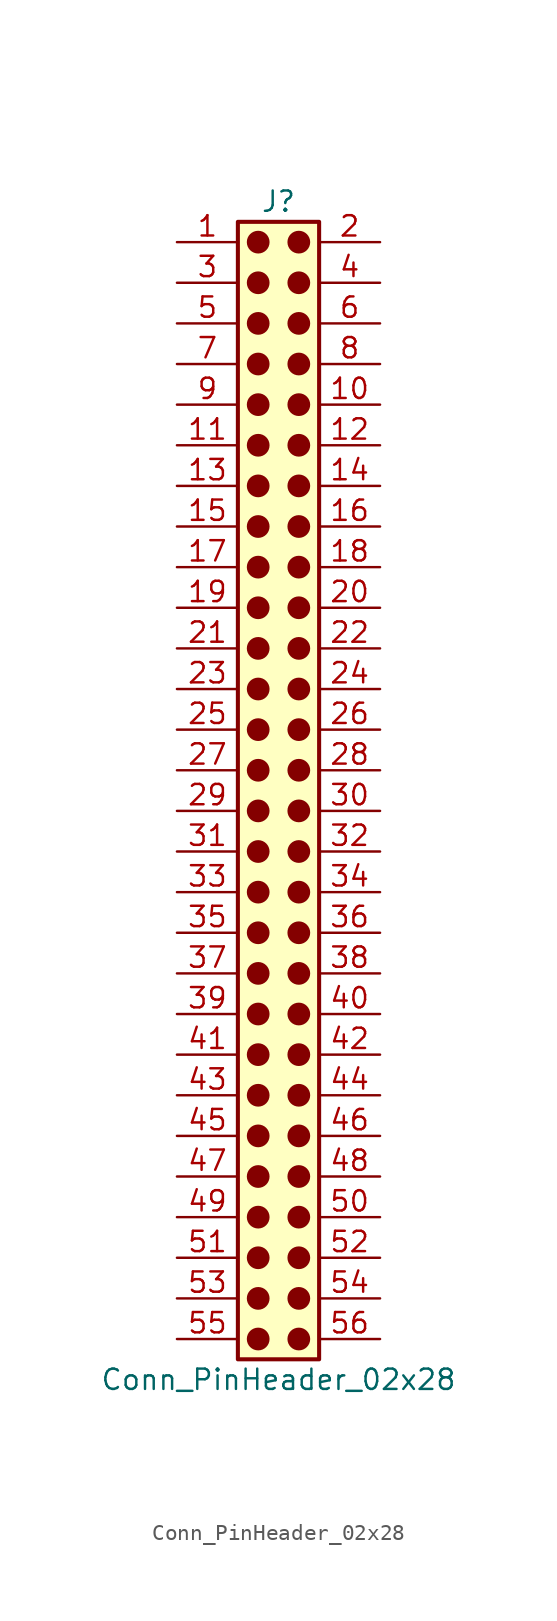
<source format=kicad_sym>
(kicad_symbol_lib
  (version 20241209)
  (generator "kicad_symbol_editor")
  (generator_version "9.0")
  (symbol "Conn_PinHeader_02x28"
    (pin_names
      (offset 1.016)
      (hide yes))
    (property "Reference" "J"
      (at 1.27 35.56 0)
      (effects (font (size 1.27 1.27))))
    (property "Value" "Conn_PinHeader_02x28"
      (at 1.27 -38.1 0)
      (effects (font (size 1.27 1.27))))
    (symbol "Conn_PinHeader_02x28_1_1"
      (rectangle (start -1.27 34.29) (end 3.81 -36.83) (stroke (width 0.254) (type default)) (fill (type background)))
      (circle (center 0 33.02) (radius 0.635) (stroke (width 0) (type solid) (color 132 0 0 1)) (fill (type outline)))
      (circle (center 0 30.48) (radius 0.635) (stroke (width 0) (type solid) (color 132 0 0 1)) (fill (type outline)))
      (circle (center 0 27.94) (radius 0.635) (stroke (width 0) (type solid) (color 132 0 0 1)) (fill (type outline)))
      (circle (center 0 25.4) (radius 0.635) (stroke (width 0) (type solid) (color 132 0 0 1)) (fill (type outline)))
      (circle (center 0 22.86) (radius 0.635) (stroke (width 0) (type solid) (color 132 0 0 1)) (fill (type outline)))
      (circle (center 0 20.32) (radius 0.635) (stroke (width 0) (type solid) (color 132 0 0 1)) (fill (type outline)))
      (circle (center 0 17.78) (radius 0.635) (stroke (width 0) (type solid) (color 132 0 0 1)) (fill (type outline)))
      (circle (center 0 15.24) (radius 0.635) (stroke (width 0) (type solid) (color 132 0 0 1)) (fill (type outline)))
      (circle (center 0 12.7) (radius 0.635) (stroke (width 0) (type solid) (color 132 0 0 1)) (fill (type outline)))
      (circle (center 0 10.16) (radius 0.635) (stroke (width 0) (type solid) (color 132 0 0 1)) (fill (type outline)))
      (circle (center 0 7.62) (radius 0.635) (stroke (width 0) (type solid) (color 132 0 0 1)) (fill (type outline)))
      (circle (center 0 5.08) (radius 0.635) (stroke (width 0) (type solid) (color 132 0 0 1)) (fill (type outline)))
      (circle (center 0 2.54) (radius 0.635) (stroke (width 0) (type solid) (color 132 0 0 1)) (fill (type outline)))
      (circle (center 0 0) (radius 0.635) (stroke (width 0) (type solid) (color 132 0 0 1)) (fill (type outline)))
      (circle (center 0 -2.54) (radius 0.635) (stroke (width 0) (type solid) (color 132 0 0 1)) (fill (type outline)))
      (circle (center 0 -5.08) (radius 0.635) (stroke (width 0) (type solid) (color 132 0 0 1)) (fill (type outline)))
      (circle (center 0 -7.62) (radius 0.635) (stroke (width 0) (type solid) (color 132 0 0 1)) (fill (type outline)))
      (circle (center 0 -10.16) (radius 0.635) (stroke (width 0) (type solid) (color 132 0 0 1)) (fill (type outline)))
      (circle (center 0 -12.7) (radius 0.635) (stroke (width 0) (type solid) (color 132 0 0 1)) (fill (type outline)))
      (circle (center 0 -15.24) (radius 0.635) (stroke (width 0) (type solid) (color 132 0 0 1)) (fill (type outline)))
      (circle (center 0 -17.78) (radius 0.635) (stroke (width 0) (type solid) (color 132 0 0 1)) (fill (type outline)))
      (circle (center 0 -20.32) (radius 0.635) (stroke (width 0) (type solid) (color 132 0 0 1)) (fill (type outline)))
      (circle (center 0 -22.86) (radius 0.635) (stroke (width 0) (type solid) (color 132 0 0 1)) (fill (type outline)))
      (circle (center 0 -25.4) (radius 0.635) (stroke (width 0) (type solid) (color 132 0 0 1)) (fill (type outline)))
      (circle (center 0 -27.94) (radius 0.635) (stroke (width 0) (type solid) (color 132 0 0 1)) (fill (type outline)))
      (circle (center 0 -30.48) (radius 0.635) (stroke (width 0) (type solid) (color 132 0 0 1)) (fill (type outline)))
      (circle (center 0 -33.02) (radius 0.635) (stroke (width 0) (type solid) (color 132 0 0 1)) (fill (type outline)))
      (circle (center 0 -35.56) (radius 0.635) (stroke (width 0) (type solid) (color 132 0 0 1)) (fill (type outline)))
      (circle (center 2.54 33.02) (radius 0.635) (stroke (width 0) (type solid) (color 132 0 0 1)) (fill (type outline)))
      (circle (center 2.54 30.48) (radius 0.635) (stroke (width 0) (type solid) (color 132 0 0 1)) (fill (type outline)))
      (circle (center 2.54 27.94) (radius 0.635) (stroke (width 0) (type solid) (color 132 0 0 1)) (fill (type outline)))
      (circle (center 2.54 25.4) (radius 0.635) (stroke (width 0) (type solid) (color 132 0 0 1)) (fill (type outline)))
      (circle (center 2.54 22.86) (radius 0.635) (stroke (width 0) (type solid) (color 132 0 0 1)) (fill (type outline)))
      (circle (center 2.54 20.32) (radius 0.635) (stroke (width 0) (type solid) (color 132 0 0 1)) (fill (type outline)))
      (circle (center 2.54 17.78) (radius 0.635) (stroke (width 0) (type solid) (color 132 0 0 1)) (fill (type outline)))
      (circle (center 2.54 15.24) (radius 0.635) (stroke (width 0) (type solid) (color 132 0 0 1)) (fill (type outline)))
      (circle (center 2.54 12.7) (radius 0.635) (stroke (width 0) (type solid) (color 132 0 0 1)) (fill (type outline)))
      (circle (center 2.54 10.16) (radius 0.635) (stroke (width 0) (type solid) (color 132 0 0 1)) (fill (type outline)))
      (circle (center 2.54 7.62) (radius 0.635) (stroke (width 0) (type solid) (color 132 0 0 1)) (fill (type outline)))
      (circle (center 2.54 5.08) (radius 0.635) (stroke (width 0) (type solid) (color 132 0 0 1)) (fill (type outline)))
      (circle (center 2.54 2.54) (radius 0.635) (stroke (width 0) (type solid) (color 132 0 0 1)) (fill (type outline)))
      (circle (center 2.54 0) (radius 0.635) (stroke (width 0) (type solid) (color 132 0 0 1)) (fill (type outline)))
      (circle (center 2.54 -2.54) (radius 0.635) (stroke (width 0) (type solid) (color 132 0 0 1)) (fill (type outline)))
      (circle (center 2.54 -5.08) (radius 0.635) (stroke (width 0) (type solid) (color 132 0 0 1)) (fill (type outline)))
      (circle (center 2.54 -7.62) (radius 0.635) (stroke (width 0) (type solid) (color 132 0 0 1)) (fill (type outline)))
      (circle (center 2.54 -10.16) (radius 0.635) (stroke (width 0) (type solid) (color 132 0 0 1)) (fill (type outline)))
      (circle (center 2.54 -12.7) (radius 0.635) (stroke (width 0) (type solid) (color 132 0 0 1)) (fill (type outline)))
      (circle (center 2.54 -15.24) (radius 0.635) (stroke (width 0) (type solid) (color 132 0 0 1)) (fill (type outline)))
      (circle (center 2.54 -17.78) (radius 0.635) (stroke (width 0) (type solid) (color 132 0 0 1)) (fill (type outline)))
      (circle (center 2.54 -20.32) (radius 0.635) (stroke (width 0) (type solid) (color 132 0 0 1)) (fill (type outline)))
      (circle (center 2.54 -22.86) (radius 0.635) (stroke (width 0) (type solid) (color 132 0 0 1)) (fill (type outline)))
      (circle (center 2.54 -25.4) (radius 0.635) (stroke (width 0) (type solid) (color 132 0 0 1)) (fill (type outline)))
      (circle (center 2.54 -27.94) (radius 0.635) (stroke (width 0) (type solid) (color 132 0 0 1)) (fill (type outline)))
      (circle (center 2.54 -30.48) (radius 0.635) (stroke (width 0) (type solid) (color 132 0 0 1)) (fill (type outline)))
      (circle (center 2.54 -33.02) (radius 0.635) (stroke (width 0) (type solid) (color 132 0 0 1)) (fill (type outline)))
      (circle (center 2.54 -35.56) (radius 0.635) (stroke (width 0) (type solid) (color 132 0 0 1)) (fill (type outline)))
      (pin passive line (at -5.08 33.02 0) (length 3.81) (name "Pin_1" (effects (font (size 1.27 1.27)))) (number "1" (effects (font (size 1.27 1.27)))))
      (pin passive line (at -5.08 30.48 0) (length 3.81) (name "Pin_3" (effects (font (size 1.27 1.27)))) (number "3" (effects (font (size 1.27 1.27)))))
      (pin passive line (at -5.08 27.94 0) (length 3.81) (name "Pin_5" (effects (font (size 1.27 1.27)))) (number "5" (effects (font (size 1.27 1.27)))))
      (pin passive line (at -5.08 25.4 0) (length 3.81) (name "Pin_7" (effects (font (size 1.27 1.27)))) (number "7" (effects (font (size 1.27 1.27)))))
      (pin passive line (at -5.08 22.86 0) (length 3.81) (name "Pin_9" (effects (font (size 1.27 1.27)))) (number "9" (effects (font (size 1.27 1.27)))))
      (pin passive line (at -5.08 20.32 0) (length 3.81) (name "Pin_11" (effects (font (size 1.27 1.27)))) (number "11" (effects (font (size 1.27 1.27)))))
      (pin passive line (at -5.08 17.78 0) (length 3.81) (name "Pin_13" (effects (font (size 1.27 1.27)))) (number "13" (effects (font (size 1.27 1.27)))))
      (pin passive line (at -5.08 15.24 0) (length 3.81) (name "Pin_15" (effects (font (size 1.27 1.27)))) (number "15" (effects (font (size 1.27 1.27)))))
      (pin passive line (at -5.08 12.7 0) (length 3.81) (name "Pin_17" (effects (font (size 1.27 1.27)))) (number "17" (effects (font (size 1.27 1.27)))))
      (pin passive line (at -5.08 10.16 0) (length 3.81) (name "Pin_19" (effects (font (size 1.27 1.27)))) (number "19" (effects (font (size 1.27 1.27)))))
      (pin passive line (at -5.08 7.62 0) (length 3.81) (name "Pin_21" (effects (font (size 1.27 1.27)))) (number "21" (effects (font (size 1.27 1.27)))))
      (pin passive line (at -5.08 5.08 0) (length 3.81) (name "Pin_23" (effects (font (size 1.27 1.27)))) (number "23" (effects (font (size 1.27 1.27)))))
      (pin passive line (at -5.08 2.54 0) (length 3.81) (name "Pin_25" (effects (font (size 1.27 1.27)))) (number "25" (effects (font (size 1.27 1.27)))))
      (pin passive line (at -5.08 0 0) (length 3.81) (name "Pin_27" (effects (font (size 1.27 1.27)))) (number "27" (effects (font (size 1.27 1.27)))))
      (pin passive line (at -5.08 -2.54 0) (length 3.81) (name "Pin_29" (effects (font (size 1.27 1.27)))) (number "29" (effects (font (size 1.27 1.27)))))
      (pin passive line (at -5.08 -5.08 0) (length 3.81) (name "Pin_31" (effects (font (size 1.27 1.27)))) (number "31" (effects (font (size 1.27 1.27)))))
      (pin passive line (at -5.08 -7.62 0) (length 3.81) (name "Pin_33" (effects (font (size 1.27 1.27)))) (number "33" (effects (font (size 1.27 1.27)))))
      (pin passive line (at -5.08 -10.16 0) (length 3.81) (name "Pin_35" (effects (font (size 1.27 1.27)))) (number "35" (effects (font (size 1.27 1.27)))))
      (pin passive line (at -5.08 -12.7 0) (length 3.81) (name "Pin_37" (effects (font (size 1.27 1.27)))) (number "37" (effects (font (size 1.27 1.27)))))
      (pin passive line (at -5.08 -15.24 0) (length 3.81) (name "Pin_39" (effects (font (size 1.27 1.27)))) (number "39" (effects (font (size 1.27 1.27)))))
      (pin passive line (at -5.08 -17.78 0) (length 3.81) (name "Pin_41" (effects (font (size 1.27 1.27)))) (number "41" (effects (font (size 1.27 1.27)))))
      (pin passive line (at -5.08 -20.32 0) (length 3.81) (name "Pin_43" (effects (font (size 1.27 1.27)))) (number "43" (effects (font (size 1.27 1.27)))))
      (pin passive line (at -5.08 -22.86 0) (length 3.81) (name "Pin_45" (effects (font (size 1.27 1.27)))) (number "45" (effects (font (size 1.27 1.27)))))
      (pin passive line (at -5.08 -25.4 0) (length 3.81) (name "Pin_47" (effects (font (size 1.27 1.27)))) (number "47" (effects (font (size 1.27 1.27)))))
      (pin passive line (at -5.08 -27.94 0) (length 3.81) (name "Pin_49" (effects (font (size 1.27 1.27)))) (number "49" (effects (font (size 1.27 1.27)))))
      (pin passive line (at -5.08 -30.48 0) (length 3.81) (name "Pin_51" (effects (font (size 1.27 1.27)))) (number "51" (effects (font (size 1.27 1.27)))))
      (pin passive line (at -5.08 -33.02 0) (length 3.81) (name "Pin_53" (effects (font (size 1.27 1.27)))) (number "53" (effects (font (size 1.27 1.27)))))
      (pin passive line (at -5.08 -35.56 0) (length 3.81) (name "Pin_55" (effects (font (size 1.27 1.27)))) (number "55" (effects (font (size 1.27 1.27)))))
      (pin passive line (at 7.62 33.02 180) (length 3.81) (name "Pin_2" (effects (font (size 1.27 1.27)))) (number "2" (effects (font (size 1.27 1.27)))))
      (pin passive line (at 7.62 30.48 180) (length 3.81) (name "Pin_4" (effects (font (size 1.27 1.27)))) (number "4" (effects (font (size 1.27 1.27)))))
      (pin passive line (at 7.62 27.94 180) (length 3.81) (name "Pin_6" (effects (font (size 1.27 1.27)))) (number "6" (effects (font (size 1.27 1.27)))))
      (pin passive line (at 7.62 25.4 180) (length 3.81) (name "Pin_8" (effects (font (size 1.27 1.27)))) (number "8" (effects (font (size 1.27 1.27)))))
      (pin passive line (at 7.62 22.86 180) (length 3.81) (name "Pin_10" (effects (font (size 1.27 1.27)))) (number "10" (effects (font (size 1.27 1.27)))))
      (pin passive line (at 7.62 20.32 180) (length 3.81) (name "Pin_12" (effects (font (size 1.27 1.27)))) (number "12" (effects (font (size 1.27 1.27)))))
      (pin passive line (at 7.62 17.78 180) (length 3.81) (name "Pin_14" (effects (font (size 1.27 1.27)))) (number "14" (effects (font (size 1.27 1.27)))))
      (pin passive line (at 7.62 15.24 180) (length 3.81) (name "Pin_16" (effects (font (size 1.27 1.27)))) (number "16" (effects (font (size 1.27 1.27)))))
      (pin passive line (at 7.62 12.7 180) (length 3.81) (name "Pin_18" (effects (font (size 1.27 1.27)))) (number "18" (effects (font (size 1.27 1.27)))))
      (pin passive line (at 7.62 10.16 180) (length 3.81) (name "Pin_20" (effects (font (size 1.27 1.27)))) (number "20" (effects (font (size 1.27 1.27)))))
      (pin passive line (at 7.62 7.62 180) (length 3.81) (name "Pin_22" (effects (font (size 1.27 1.27)))) (number "22" (effects (font (size 1.27 1.27)))))
      (pin passive line (at 7.62 5.08 180) (length 3.81) (name "Pin_24" (effects (font (size 1.27 1.27)))) (number "24" (effects (font (size 1.27 1.27)))))
      (pin passive line (at 7.62 2.54 180) (length 3.81) (name "Pin_26" (effects (font (size 1.27 1.27)))) (number "26" (effects (font (size 1.27 1.27)))))
      (pin passive line (at 7.62 0 180) (length 3.81) (name "Pin_28" (effects (font (size 1.27 1.27)))) (number "28" (effects (font (size 1.27 1.27)))))
      (pin passive line (at 7.62 -2.54 180) (length 3.81) (name "Pin_30" (effects (font (size 1.27 1.27)))) (number "30" (effects (font (size 1.27 1.27)))))
      (pin passive line (at 7.62 -5.08 180) (length 3.81) (name "Pin_32" (effects (font (size 1.27 1.27)))) (number "32" (effects (font (size 1.27 1.27)))))
      (pin passive line (at 7.62 -7.62 180) (length 3.81) (name "Pin_34" (effects (font (size 1.27 1.27)))) (number "34" (effects (font (size 1.27 1.27)))))
      (pin passive line (at 7.62 -10.16 180) (length 3.81) (name "Pin_36" (effects (font (size 1.27 1.27)))) (number "36" (effects (font (size 1.27 1.27)))))
      (pin passive line (at 7.62 -12.7 180) (length 3.81) (name "Pin_38" (effects (font (size 1.27 1.27)))) (number "38" (effects (font (size 1.27 1.27)))))
      (pin passive line (at 7.62 -15.24 180) (length 3.81) (name "Pin_40" (effects (font (size 1.27 1.27)))) (number "40" (effects (font (size 1.27 1.27)))))
      (pin passive line (at 7.62 -17.78 180) (length 3.81) (name "Pin_42" (effects (font (size 1.27 1.27)))) (number "42" (effects (font (size 1.27 1.27)))))
      (pin passive line (at 7.62 -20.32 180) (length 3.81) (name "Pin_44" (effects (font (size 1.27 1.27)))) (number "44" (effects (font (size 1.27 1.27)))))
      (pin passive line (at 7.62 -22.86 180) (length 3.81) (name "Pin_46" (effects (font (size 1.27 1.27)))) (number "46" (effects (font (size 1.27 1.27)))))
      (pin passive line (at 7.62 -25.4 180) (length 3.81) (name "Pin_48" (effects (font (size 1.27 1.27)))) (number "48" (effects (font (size 1.27 1.27)))))
      (pin passive line (at 7.62 -27.94 180) (length 3.81) (name "Pin_50" (effects (font (size 1.27 1.27)))) (number "50" (effects (font (size 1.27 1.27)))))
      (pin passive line (at 7.62 -30.48 180) (length 3.81) (name "Pin_52" (effects (font (size 1.27 1.27)))) (number "52" (effects (font (size 1.27 1.27)))))
      (pin passive line (at 7.62 -33.02 180) (length 3.81) (name "Pin_54" (effects (font (size 1.27 1.27)))) (number "54" (effects (font (size 1.27 1.27)))))
      (pin passive line (at 7.62 -35.56 180) (length 3.81) (name "Pin_56" (effects (font (size 1.27 1.27)))) (number "56" (effects (font (size 1.27 1.27))))))))
</source>
